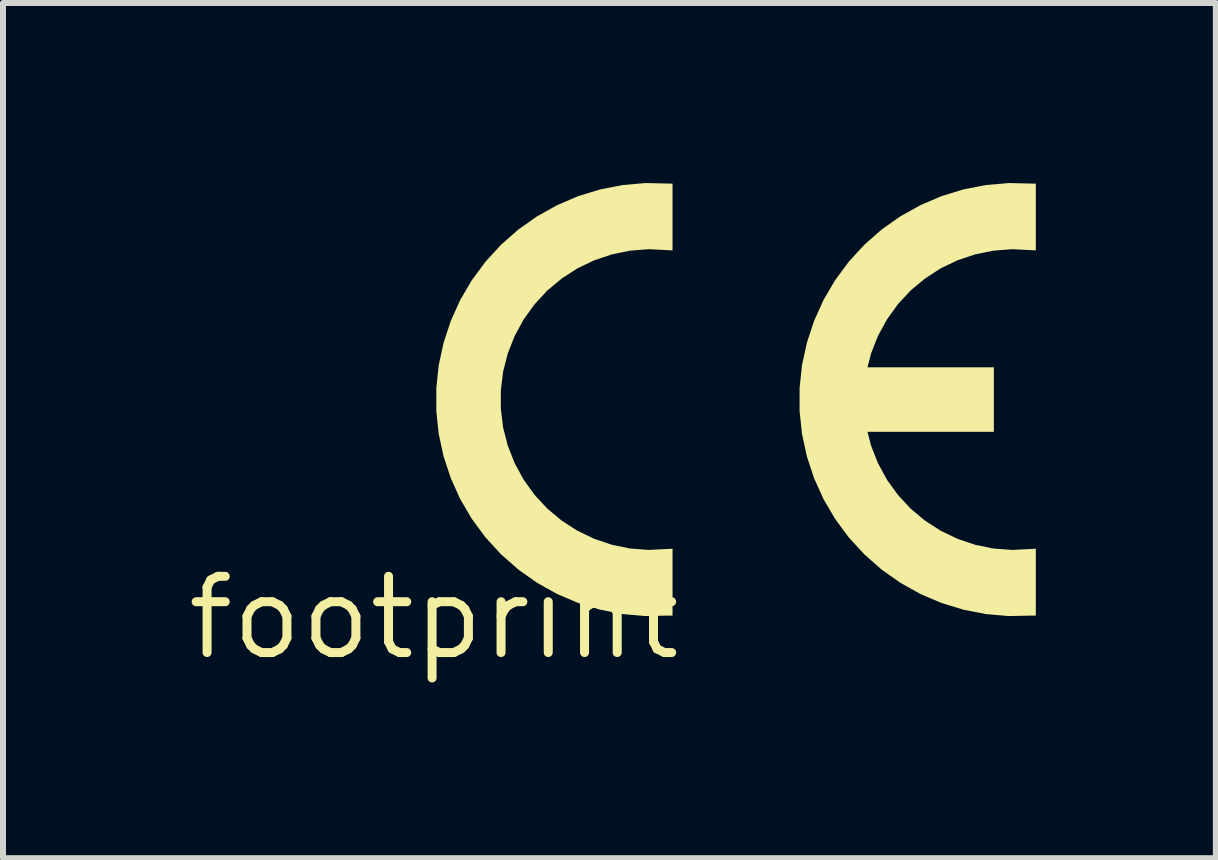
<source format=kicad_pcb>
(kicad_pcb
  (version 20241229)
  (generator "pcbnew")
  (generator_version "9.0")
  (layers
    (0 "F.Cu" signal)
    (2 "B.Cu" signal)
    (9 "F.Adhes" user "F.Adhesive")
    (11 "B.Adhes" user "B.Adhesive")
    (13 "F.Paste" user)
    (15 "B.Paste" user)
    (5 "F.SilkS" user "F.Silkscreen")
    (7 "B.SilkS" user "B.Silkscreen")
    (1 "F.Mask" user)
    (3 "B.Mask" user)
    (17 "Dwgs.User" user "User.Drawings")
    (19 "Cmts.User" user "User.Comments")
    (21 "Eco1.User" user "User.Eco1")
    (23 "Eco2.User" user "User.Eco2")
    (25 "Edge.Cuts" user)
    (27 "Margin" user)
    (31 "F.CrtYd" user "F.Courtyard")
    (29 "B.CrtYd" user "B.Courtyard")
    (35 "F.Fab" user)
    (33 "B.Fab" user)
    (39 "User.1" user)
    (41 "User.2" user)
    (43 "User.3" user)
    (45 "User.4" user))
  (footprint "footprint"
    (layer "F.Cu")
    (at 4.18 7.243)
    (property "Reference" "footprint" (at 0 0 0) (layer "F.SilkS") (effects (font (size 1.27 1.27) (thickness 0.15))))
    (fp_poly (pts (xy 7.092 -3.098) (xy 9.33 -3.098) (xy 9.33 -4.173) (xy 7.092 -4.173)) (stroke (width 0) (type solid)) (fill yes) (layer "F.SilkS"))
    (fp_poly (pts (xy 3.976 -7.233) (xy 3.976 -6.121) (xy 3.584 -6.141) (xy 3.273 -6.117) (xy 2.967 -6.055) (xy 2.671 -5.956) (xy 2.39 -5.821) (xy 2.128 -5.651) (xy 1.888 -5.451) (xy 1.676 -5.222) (xy 1.494 -4.968) (xy 1.345 -4.694) (xy 1.231 -4.404) (xy 1.153 -4.101) (xy 1.115 -3.791) (xy 1.115 -3.479) (xy 1.153 -3.17) (xy 1.231 -2.867) (xy 1.345 -2.577) (xy 1.494 -2.302) (xy 1.676 -2.049) (xy 1.888 -1.82) (xy 2.128 -1.619) (xy 2.39 -1.45) (xy 2.671 -1.315) (xy 2.967 -1.215) (xy 3.273 -1.153) (xy 3.584 -1.13) (xy 3.976 -1.15) (xy 3.976 -0.036) (xy 3.905 -0.036) (xy 3.527 -0.028) (xy 3.145 -0.061) (xy 2.77 -0.134) (xy 2.404 -0.246) (xy 2.052 -0.396) (xy 1.718 -0.583) (xy 1.405 -0.804) (xy 1.118 -1.057) (xy 0.859 -1.339) (xy 0.632 -1.647) (xy 0.438 -1.977) (xy 0.281 -2.326) (xy 0.161 -2.689) (xy 0.08 -3.063) (xy 0.04 -3.444) (xy 0.04 -3.827) (xy 0.08 -4.207) (xy 0.161 -4.581) (xy 0.281 -4.945) (xy 0.438 -5.294) (xy 0.632 -5.624) (xy 0.859 -5.932) (xy 1.118 -6.214) (xy 1.405 -6.467) (xy 1.718 -6.688) (xy 2.052 -6.874) (xy 2.404 -7.025) (xy 2.77 -7.137) (xy 3.145 -7.21) (xy 3.527 -7.243)) (stroke (width 0) (type solid)) (fill yes) (layer "F.SilkS"))
    (fp_poly (pts (xy 10.029 -7.233) (xy 10.029 -6.121) (xy 9.637 -6.141) (xy 9.326 -6.117) (xy 9.02 -6.055) (xy 8.724 -5.956) (xy 8.443 -5.821) (xy 8.181 -5.651) (xy 7.941 -5.451) (xy 7.729 -5.222) (xy 7.547 -4.968) (xy 7.398 -4.694) (xy 7.284 -4.404) (xy 7.206 -4.101) (xy 7.168 -3.791) (xy 7.168 -3.479) (xy 7.206 -3.17) (xy 7.284 -2.867) (xy 7.398 -2.577) (xy 7.547 -2.302) (xy 7.729 -2.049) (xy 7.941 -1.82) (xy 8.181 -1.619) (xy 8.443 -1.45) (xy 8.724 -1.315) (xy 9.02 -1.215) (xy 9.326 -1.153) (xy 9.637 -1.13) (xy 10.029 -1.15) (xy 10.029 -0.036) (xy 9.958 -0.036) (xy 9.58 -0.028) (xy 9.198 -0.061) (xy 8.823 -0.134) (xy 8.457 -0.246) (xy 8.105 -0.396) (xy 7.771 -0.583) (xy 7.458 -0.804) (xy 7.171 -1.057) (xy 6.912 -1.339) (xy 6.685 -1.647) (xy 6.491 -1.977) (xy 6.334 -2.326) (xy 6.214 -2.689) (xy 6.133 -3.063) (xy 6.093 -3.444) (xy 6.093 -3.827) (xy 6.133 -4.207) (xy 6.214 -4.581) (xy 6.334 -4.945) (xy 6.491 -5.294) (xy 6.685 -5.624) (xy 6.912 -5.932) (xy 7.171 -6.214) (xy 7.458 -6.467) (xy 7.771 -6.688) (xy 8.105 -6.874) (xy 8.457 -7.025) (xy 8.823 -7.137) (xy 9.198 -7.21) (xy 9.58 -7.243)) (stroke (width 0) (type solid)) (fill yes) (layer "F.SilkS")))
  (gr_rect
    (start -3 -3)
    (end 17.209 11.249)
    (stroke (width 0.1) (type default))
    (fill no)
    (layer "Edge.Cuts")))
</source>
